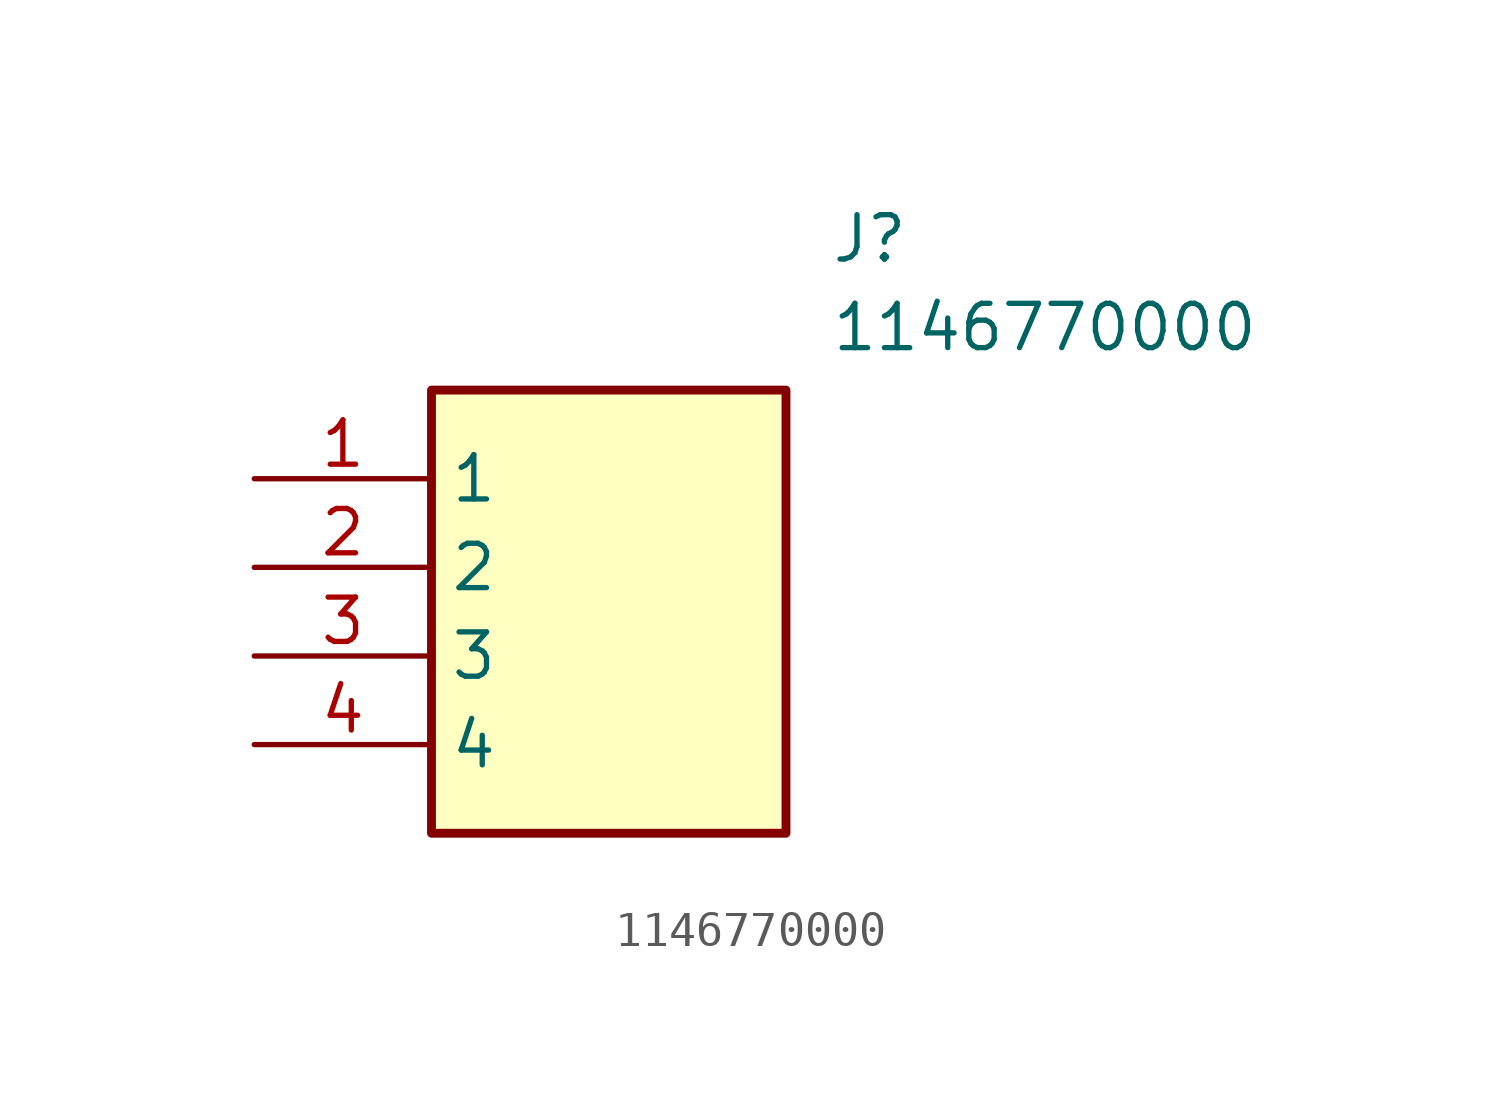
<source format=kicad_sym>
(kicad_symbol_lib
  (version 20211014)
  (generator SamacSys_ECAD_Model)
  (symbol "1146770000"
    (property "Reference" "J"
      (at 16.51 7.62 0)
      (effects (font (size 1.27 1.27)) (justify left top)))
    (property "Value" "1146770000"
      (at 16.51 5.08 0)
      (effects (font (size 1.27 1.27)) (justify left top)))
    (rectangle
      (start 5.08 2.54)
      (end 15.24 -10.16)
      (stroke (width 0.254) (type default))
      (fill (type background)))
    (pin passive line
      (at 0 0 0)
      (length 5.08)
      (name "1" (effects (font (size 1.27 1.27))))
      (number "1" (effects (font (size 1.27 1.27)))))
    (pin passive line
      (at 0 -2.54 0)
      (length 5.08)
      (name "2" (effects (font (size 1.27 1.27))))
      (number "2" (effects (font (size 1.27 1.27)))))
    (pin passive line
      (at 0 -5.08 0)
      (length 5.08)
      (name "3" (effects (font (size 1.27 1.27))))
      (number "3" (effects (font (size 1.27 1.27)))))
    (pin passive line
      (at 0 -7.62 0)
      (length 5.08)
      (name "4" (effects (font (size 1.27 1.27))))
      (number "4" (effects (font (size 1.27 1.27)))))))
</source>
